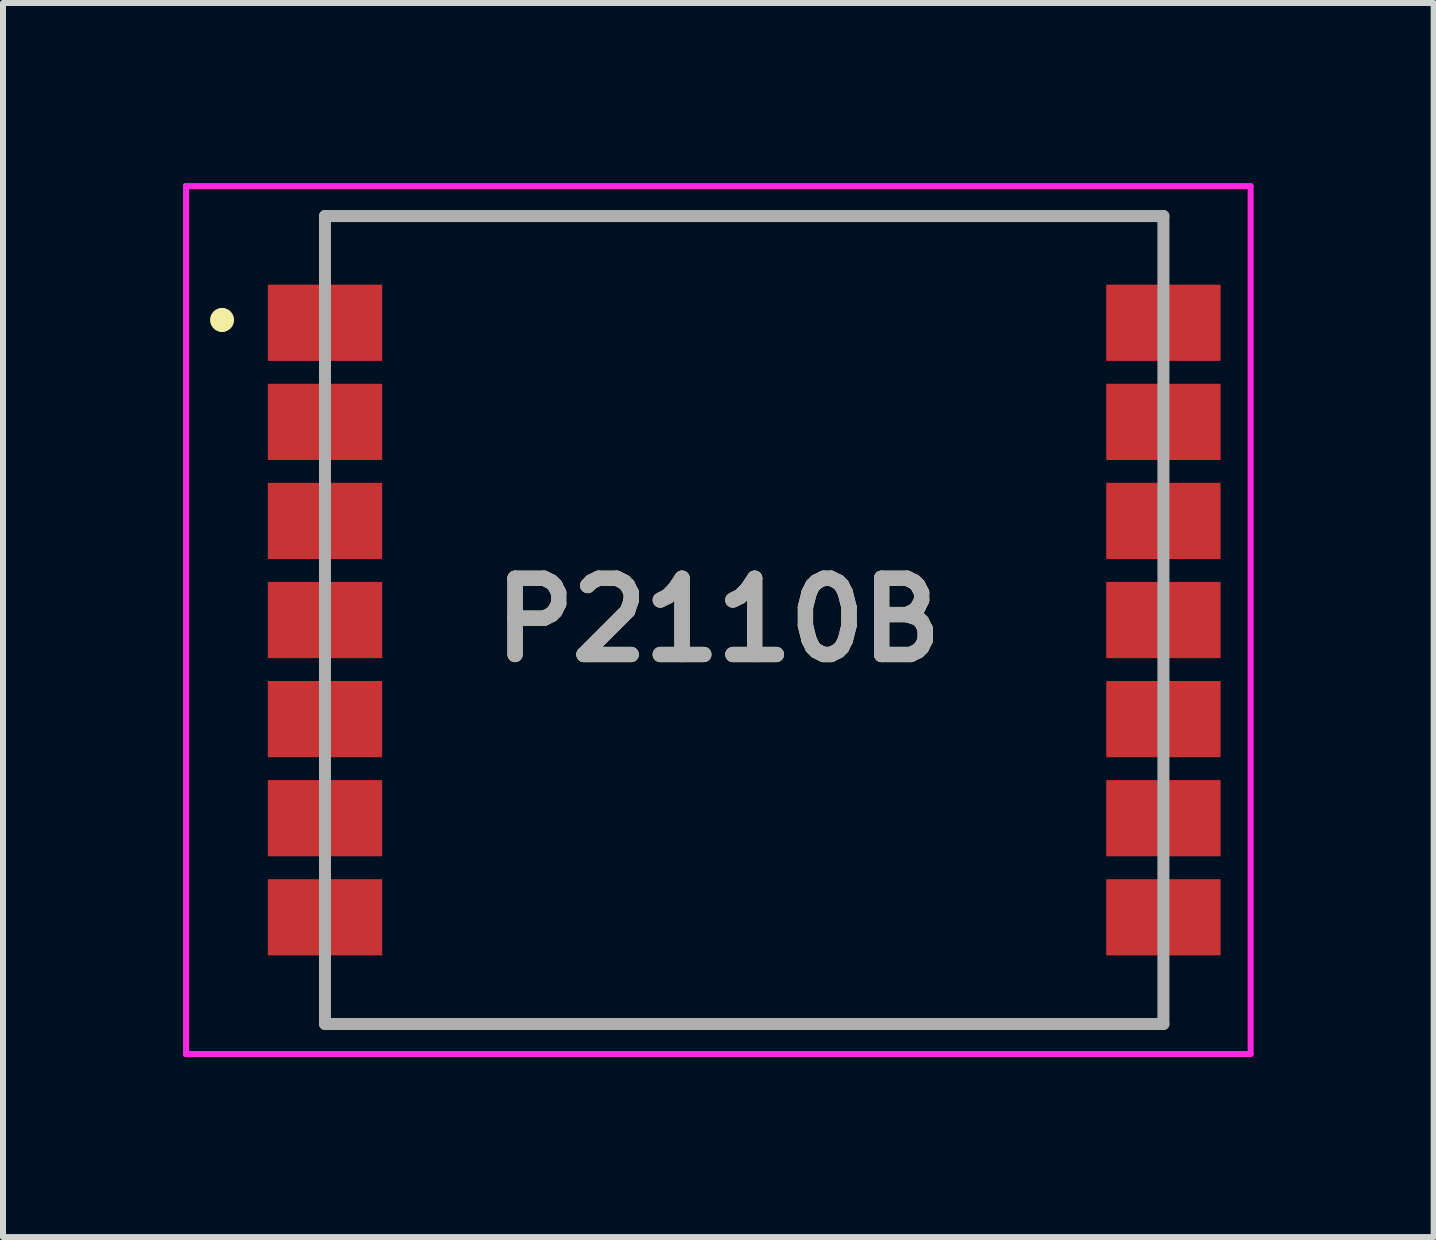
<source format=kicad_pcb>
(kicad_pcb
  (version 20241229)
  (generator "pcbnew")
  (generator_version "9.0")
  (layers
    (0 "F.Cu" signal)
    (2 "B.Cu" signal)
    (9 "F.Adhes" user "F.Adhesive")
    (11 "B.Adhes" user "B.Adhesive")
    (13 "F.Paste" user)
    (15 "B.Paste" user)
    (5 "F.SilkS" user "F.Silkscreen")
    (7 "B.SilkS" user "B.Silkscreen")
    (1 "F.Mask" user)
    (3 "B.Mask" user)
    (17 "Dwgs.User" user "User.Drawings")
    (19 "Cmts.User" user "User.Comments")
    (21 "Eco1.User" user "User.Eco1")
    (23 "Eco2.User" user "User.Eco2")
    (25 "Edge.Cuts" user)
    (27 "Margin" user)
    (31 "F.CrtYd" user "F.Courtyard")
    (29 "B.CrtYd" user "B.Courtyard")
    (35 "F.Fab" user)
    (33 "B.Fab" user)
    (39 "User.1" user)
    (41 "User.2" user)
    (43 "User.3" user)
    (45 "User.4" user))
  (footprint "P2110B"
    (layer "F.Cu")
    (at 9.35 7.281)
    (property "Reference" "P2110B" (at -0.431 0 0) (layer "F.SilkS") (effects (font (size 1.27 1.27) (thickness 0.254))))
    (attr smd)
    (fp_line (start -8.7 -5.1) (end -8.7 -5.1) (stroke (width 0.2) (type solid)) (layer "F.SilkS"))
    (fp_line (start -8.7 -4.9) (end -8.7 -4.9) (stroke (width 0.2) (type solid)) (layer "F.SilkS"))
    (fp_line (start -7 -6) (end -6.985 -6.731) (stroke (width 0.1) (type solid)) (layer "F.SilkS"))
    (fp_line (start -7 6) (end -7 6.731) (stroke (width 0.1) (type solid)) (layer "F.SilkS"))
    (fp_line (start -7 6.731) (end 6.985 6.731) (stroke (width 0.1) (type solid)) (layer "F.SilkS"))
    (fp_line (start -6.985 -6.731) (end 7 -6.731) (stroke (width 0.1) (type solid)) (layer "F.SilkS"))
    (fp_line (start 6.985 6.731) (end 6.985 6) (stroke (width 0.1) (type solid)) (layer "F.SilkS"))
    (fp_line (start 7 -6.731) (end 7 -6) (stroke (width 0.1) (type solid)) (layer "F.SilkS"))
    (fp_arc (start -8.7 -5.1) (mid -8.6 -5) (end -8.7 -4.9) (stroke (width 0.2) (type solid)) (layer "F.SilkS"))
    (fp_arc (start -8.7 -4.9) (mid -8.8 -5) (end -8.7 -5.1) (stroke (width 0.2) (type solid)) (layer "F.SilkS"))
    (fp_line (start -9.3 -7.231) (end 8.438 -7.231) (stroke (width 0.1) (type solid)) (layer "F.CrtYd"))
    (fp_line (start -9.3 7.231) (end -9.3 -7.231) (stroke (width 0.1) (type solid)) (layer "F.CrtYd"))
    (fp_line (start 8.438 -7.231) (end 8.438 7.231) (stroke (width 0.1) (type solid)) (layer "F.CrtYd"))
    (fp_line (start 8.438 7.231) (end -9.3 7.231) (stroke (width 0.1) (type solid)) (layer "F.CrtYd"))
    (fp_line (start -6.985 -6.731) (end 6.985 -6.731) (stroke (width 0.2) (type solid)) (layer "F.Fab"))
    (fp_line (start -6.985 6.731) (end -6.985 -6.731) (stroke (width 0.2) (type solid)) (layer "F.Fab"))
    (fp_line (start 6.985 -6.731) (end 6.985 6.731) (stroke (width 0.2) (type solid)) (layer "F.Fab"))
    (fp_line (start 6.985 6.731) (end -6.985 6.731) (stroke (width 0.2) (type solid)) (layer "F.Fab"))
    (fp_text user "${REFERENCE}" (at -0.431 0 0) (layer "F.Fab") (effects (font (size 1.27 1.27) (thickness 0.254))))
    (pad "1" smd rect (at -6.985 -4.953 90) (size 1.27 1.905) (layers "F.Cu" "F.Mask" "F.Paste"))
    (pad "2" smd rect (at -6.985 -3.302 90) (size 1.27 1.905) (layers "F.Cu" "F.Mask" "F.Paste"))
    (pad "3" smd rect (at -6.985 -1.651 90) (size 1.27 1.905) (layers "F.Cu" "F.Mask" "F.Paste"))
    (pad "4" smd rect (at -6.985 0 90) (size 1.27 1.905) (layers "F.Cu" "F.Mask" "F.Paste"))
    (pad "5" smd rect (at -6.985 1.651 90) (size 1.27 1.905) (layers "F.Cu" "F.Mask" "F.Paste"))
    (pad "6" smd rect (at -6.985 3.302 90) (size 1.27 1.905) (layers "F.Cu" "F.Mask" "F.Paste"))
    (pad "7" smd rect (at -6.985 4.953 90) (size 1.27 1.905) (layers "F.Cu" "F.Mask" "F.Paste"))
    (pad "8" smd rect (at 6.985 4.953 90) (size 1.27 1.905) (layers "F.Cu" "F.Mask" "F.Paste"))
    (pad "9" smd rect (at 6.985 3.302 90) (size 1.27 1.905) (layers "F.Cu" "F.Mask" "F.Paste"))
    (pad "10" smd rect (at 6.985 1.651 90) (size 1.27 1.905) (layers "F.Cu" "F.Mask" "F.Paste"))
    (pad "11" smd rect (at 6.985 0 90) (size 1.27 1.905) (layers "F.Cu" "F.Mask" "F.Paste"))
    (pad "12" smd rect (at 6.985 -1.651 90) (size 1.27 1.905) (layers "F.Cu" "F.Mask" "F.Paste"))
    (pad "13" smd rect (at 6.985 -3.302 90) (size 1.27 1.905) (layers "F.Cu" "F.Mask" "F.Paste"))
    (pad "14" smd rect (at 6.985 -4.953 90) (size 1.27 1.905) (layers "F.Cu" "F.Mask" "F.Paste")))
  (gr_rect
    (start -3 -3)
    (end 20.838 17.562)
    (stroke (width 0.1) (type default))
    (fill no)
    (layer "Edge.Cuts")))
</source>
